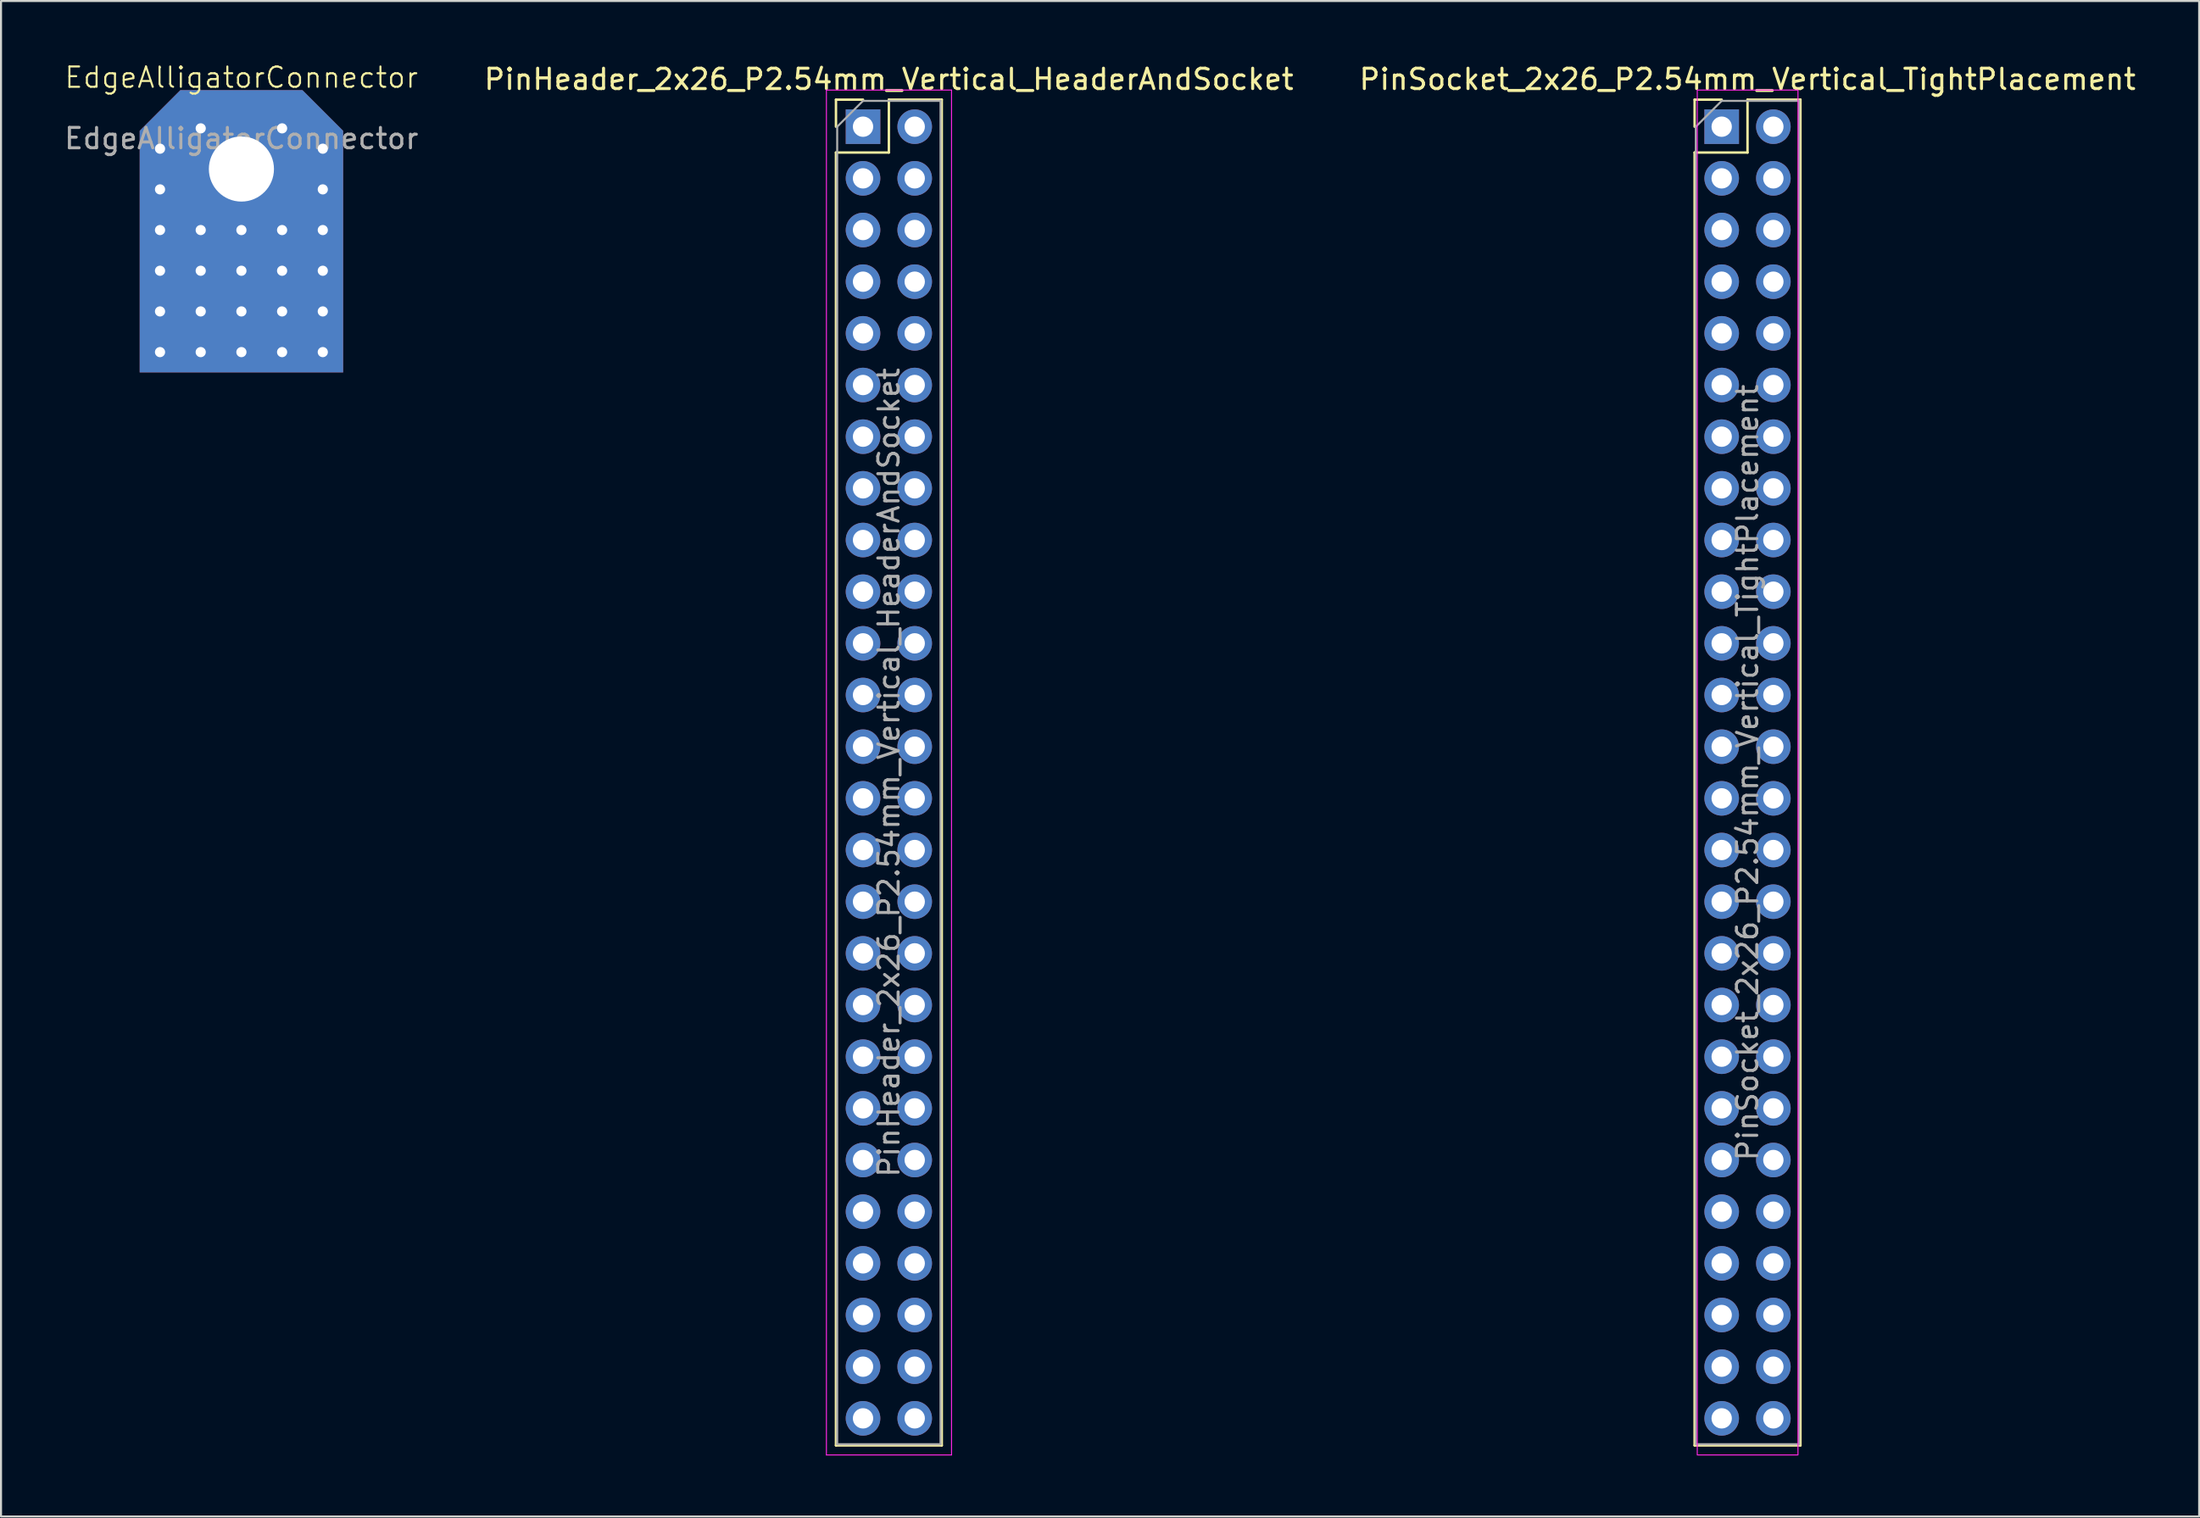
<source format=kicad_pcb>
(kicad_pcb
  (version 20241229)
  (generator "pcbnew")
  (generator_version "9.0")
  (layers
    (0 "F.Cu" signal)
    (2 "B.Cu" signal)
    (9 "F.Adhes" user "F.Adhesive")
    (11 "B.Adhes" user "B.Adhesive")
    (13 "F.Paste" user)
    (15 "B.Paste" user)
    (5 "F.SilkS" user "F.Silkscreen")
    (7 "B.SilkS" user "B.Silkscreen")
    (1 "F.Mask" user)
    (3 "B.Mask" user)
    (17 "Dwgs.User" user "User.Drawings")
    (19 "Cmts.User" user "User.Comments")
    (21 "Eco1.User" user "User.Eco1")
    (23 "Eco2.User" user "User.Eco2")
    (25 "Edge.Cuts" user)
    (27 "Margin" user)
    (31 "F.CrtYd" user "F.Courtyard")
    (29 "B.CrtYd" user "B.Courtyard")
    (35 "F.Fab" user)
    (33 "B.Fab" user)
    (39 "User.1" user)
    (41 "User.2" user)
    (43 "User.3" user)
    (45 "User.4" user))
  (footprint "PinSocket_2x26_P2.54mm_Vertical_TightPlacement"
    (layer "F.Cu")
    (at 81.569 3.178)
    (property "Reference" "PinSocket_2x26_P2.54mm_Vertical_TightPlacement" (at 1.27 -2.33 0) (layer "F.SilkS") (effects (font (size 1 1) (thickness 0.15))))
    (attr through_hole)
    (fp_line (start -1.33 -1.33) (end 0 -1.33) (stroke (width 0.12) (type solid)) (layer "F.SilkS"))
    (fp_line (start -1.33 0) (end -1.33 -1.33) (stroke (width 0.12) (type solid)) (layer "F.SilkS"))
    (fp_line (start -1.33 1.27) (end -1.33 64.83) (stroke (width 0.12) (type solid)) (layer "F.SilkS"))
    (fp_line (start -1.33 1.27) (end 1.27 1.27) (stroke (width 0.12) (type solid)) (layer "F.SilkS"))
    (fp_line (start -1.33 64.83) (end 3.87 64.83) (stroke (width 0.12) (type solid)) (layer "F.SilkS"))
    (fp_line (start 1.27 -1.33) (end 3.87 -1.33) (stroke (width 0.12) (type solid)) (layer "F.SilkS"))
    (fp_line (start 1.27 1.27) (end 1.27 -1.33) (stroke (width 0.12) (type solid)) (layer "F.SilkS"))
    (fp_line (start 3.87 -1.33) (end 3.87 64.83) (stroke (width 0.12) (type solid)) (layer "F.SilkS"))
    (fp_rect (start -1.2 -1.8) (end 3.75 65.3) (stroke (width 0.05) (type default)) (fill no) (layer "F.CrtYd"))
    (fp_line (start -1.27 0) (end 0 -1.27) (stroke (width 0.1) (type solid)) (layer "F.Fab"))
    (fp_line (start -1.27 64.77) (end -1.27 0) (stroke (width 0.1) (type solid)) (layer "F.Fab"))
    (fp_line (start 0 -1.27) (end 3.81 -1.27) (stroke (width 0.1) (type solid)) (layer "F.Fab"))
    (fp_line (start 3.81 -1.27) (end 3.81 64.77) (stroke (width 0.1) (type solid)) (layer "F.Fab"))
    (fp_line (start 3.81 64.77) (end -1.27 64.77) (stroke (width 0.1) (type solid)) (layer "F.Fab"))
    (fp_text user "${REFERENCE}" (at 1.27 31.75 90) (layer "F.Fab") (effects (font (size 1 1) (thickness 0.15))))
    (pad "1" thru_hole rect (at 0 0) (size 1.7 1.7) (drill 1) (layers "*.Cu" "*.Mask"))
    (pad "2" thru_hole oval (at 2.54 0) (size 1.7 1.7) (drill 1) (layers "*.Cu" "*.Mask"))
    (pad "3" thru_hole oval (at 0 2.54) (size 1.7 1.7) (drill 1) (layers "*.Cu" "*.Mask"))
    (pad "4" thru_hole oval (at 2.54 2.54) (size 1.7 1.7) (drill 1) (layers "*.Cu" "*.Mask"))
    (pad "5" thru_hole oval (at 0 5.08) (size 1.7 1.7) (drill 1) (layers "*.Cu" "*.Mask"))
    (pad "6" thru_hole oval (at 2.54 5.08) (size 1.7 1.7) (drill 1) (layers "*.Cu" "*.Mask"))
    (pad "7" thru_hole oval (at 0 7.62) (size 1.7 1.7) (drill 1) (layers "*.Cu" "*.Mask"))
    (pad "8" thru_hole oval (at 2.54 7.62) (size 1.7 1.7) (drill 1) (layers "*.Cu" "*.Mask"))
    (pad "9" thru_hole oval (at 0 10.16) (size 1.7 1.7) (drill 1) (layers "*.Cu" "*.Mask"))
    (pad "10" thru_hole oval (at 2.54 10.16) (size 1.7 1.7) (drill 1) (layers "*.Cu" "*.Mask"))
    (pad "11" thru_hole oval (at 0 12.7) (size 1.7 1.7) (drill 1) (layers "*.Cu" "*.Mask"))
    (pad "12" thru_hole oval (at 2.54 12.7) (size 1.7 1.7) (drill 1) (layers "*.Cu" "*.Mask"))
    (pad "13" thru_hole oval (at 0 15.24) (size 1.7 1.7) (drill 1) (layers "*.Cu" "*.Mask"))
    (pad "14" thru_hole oval (at 2.54 15.24) (size 1.7 1.7) (drill 1) (layers "*.Cu" "*.Mask"))
    (pad "15" thru_hole oval (at 0 17.78) (size 1.7 1.7) (drill 1) (layers "*.Cu" "*.Mask"))
    (pad "16" thru_hole oval (at 2.54 17.78) (size 1.7 1.7) (drill 1) (layers "*.Cu" "*.Mask"))
    (pad "17" thru_hole oval (at 0 20.32) (size 1.7 1.7) (drill 1) (layers "*.Cu" "*.Mask"))
    (pad "18" thru_hole oval (at 2.54 20.32) (size 1.7 1.7) (drill 1) (layers "*.Cu" "*.Mask"))
    (pad "19" thru_hole oval (at 0 22.86) (size 1.7 1.7) (drill 1) (layers "*.Cu" "*.Mask"))
    (pad "20" thru_hole oval (at 2.54 22.86) (size 1.7 1.7) (drill 1) (layers "*.Cu" "*.Mask"))
    (pad "21" thru_hole oval (at 0 25.4) (size 1.7 1.7) (drill 1) (layers "*.Cu" "*.Mask"))
    (pad "22" thru_hole oval (at 2.54 25.4) (size 1.7 1.7) (drill 1) (layers "*.Cu" "*.Mask"))
    (pad "23" thru_hole oval (at 0 27.94) (size 1.7 1.7) (drill 1) (layers "*.Cu" "*.Mask"))
    (pad "24" thru_hole oval (at 2.54 27.94) (size 1.7 1.7) (drill 1) (layers "*.Cu" "*.Mask"))
    (pad "25" thru_hole oval (at 0 30.48) (size 1.7 1.7) (drill 1) (layers "*.Cu" "*.Mask"))
    (pad "26" thru_hole oval (at 2.54 30.48) (size 1.7 1.7) (drill 1) (layers "*.Cu" "*.Mask"))
    (pad "27" thru_hole oval (at 0 33.02) (size 1.7 1.7) (drill 1) (layers "*.Cu" "*.Mask"))
    (pad "28" thru_hole oval (at 2.54 33.02) (size 1.7 1.7) (drill 1) (layers "*.Cu" "*.Mask"))
    (pad "29" thru_hole oval (at 0 35.56) (size 1.7 1.7) (drill 1) (layers "*.Cu" "*.Mask"))
    (pad "30" thru_hole oval (at 2.54 35.56) (size 1.7 1.7) (drill 1) (layers "*.Cu" "*.Mask"))
    (pad "31" thru_hole oval (at 0 38.1) (size 1.7 1.7) (drill 1) (layers "*.Cu" "*.Mask"))
    (pad "32" thru_hole oval (at 2.54 38.1) (size 1.7 1.7) (drill 1) (layers "*.Cu" "*.Mask"))
    (pad "33" thru_hole oval (at 0 40.64) (size 1.7 1.7) (drill 1) (layers "*.Cu" "*.Mask"))
    (pad "34" thru_hole oval (at 2.54 40.64) (size 1.7 1.7) (drill 1) (layers "*.Cu" "*.Mask"))
    (pad "35" thru_hole oval (at 0 43.18) (size 1.7 1.7) (drill 1) (layers "*.Cu" "*.Mask"))
    (pad "36" thru_hole oval (at 2.54 43.18) (size 1.7 1.7) (drill 1) (layers "*.Cu" "*.Mask"))
    (pad "37" thru_hole oval (at 0 45.72) (size 1.7 1.7) (drill 1) (layers "*.Cu" "*.Mask"))
    (pad "38" thru_hole oval (at 2.54 45.72) (size 1.7 1.7) (drill 1) (layers "*.Cu" "*.Mask"))
    (pad "39" thru_hole oval (at 0 48.26) (size 1.7 1.7) (drill 1) (layers "*.Cu" "*.Mask"))
    (pad "40" thru_hole oval (at 2.54 48.26) (size 1.7 1.7) (drill 1) (layers "*.Cu" "*.Mask"))
    (pad "41" thru_hole oval (at 0 50.8) (size 1.7 1.7) (drill 1) (layers "*.Cu" "*.Mask"))
    (pad "42" thru_hole oval (at 2.54 50.8) (size 1.7 1.7) (drill 1) (layers "*.Cu" "*.Mask"))
    (pad "43" thru_hole oval (at 0 53.34) (size 1.7 1.7) (drill 1) (layers "*.Cu" "*.Mask"))
    (pad "44" thru_hole oval (at 2.54 53.34) (size 1.7 1.7) (drill 1) (layers "*.Cu" "*.Mask"))
    (pad "45" thru_hole oval (at 0 55.88) (size 1.7 1.7) (drill 1) (layers "*.Cu" "*.Mask"))
    (pad "46" thru_hole oval (at 2.54 55.88) (size 1.7 1.7) (drill 1) (layers "*.Cu" "*.Mask"))
    (pad "47" thru_hole oval (at 0 58.42) (size 1.7 1.7) (drill 1) (layers "*.Cu" "*.Mask"))
    (pad "48" thru_hole oval (at 2.54 58.42) (size 1.7 1.7) (drill 1) (layers "*.Cu" "*.Mask"))
    (pad "49" thru_hole oval (at 0 60.96) (size 1.7 1.7) (drill 1) (layers "*.Cu" "*.Mask"))
    (pad "50" thru_hole oval (at 2.54 60.96) (size 1.7 1.7) (drill 1) (layers "*.Cu" "*.Mask"))
    (pad "51" thru_hole oval (at 0 63.5) (size 1.7 1.7) (drill 1) (layers "*.Cu" "*.Mask"))
    (pad "52" thru_hole oval (at 2.54 63.5) (size 1.7 1.7) (drill 1) (layers "*.Cu" "*.Mask")))
  (footprint "EdgeAlligatorConnector"
    (layer "F.Cu")
    (at 8.815 1.26)
    (property "Reference" "EdgeAlligatorConnector" (at 0 -0.5 0) (unlocked yes) (layer "F.SilkS") (effects (font (size 1 1) (thickness 0.1))))
    (attr through_hole)
    (fp_line (start -4 -1) (end -4 -1) (stroke (width 0.1) (type default)) (layer "F.SilkS"))
    (fp_text user "${REFERENCE}" (at 0 2.5 0) (unlocked yes) (layer "F.Fab") (effects (font (size 1 1) (thickness 0.15))))
    (pad "1" thru_hole circle (at -4 3) (size 1 1) (drill 0.5) (layers "*.Cu" "*.Mask"))
    (pad "1" thru_hole circle (at -4 5) (size 1 1) (drill 0.5) (layers "*.Cu" "*.Mask"))
    (pad "1" thru_hole circle (at -4 7) (size 1 1) (drill 0.5) (layers "*.Cu" "*.Mask"))
    (pad "1" thru_hole circle (at -4 9) (size 1 1) (drill 0.5) (layers "*.Cu" "*.Mask"))
    (pad "1" thru_hole circle (at -4 11) (size 1 1) (drill 0.5) (layers "*.Cu" "*.Mask"))
    (pad "1" thru_hole circle (at -4 13) (size 1 1) (drill 0.5) (layers "*.Cu" "*.Mask"))
    (pad "1" thru_hole circle (at -2 2) (size 1 1) (drill 0.5) (layers "*.Cu" "*.Mask"))
    (pad "1" thru_hole circle (at -2 7) (size 1 1) (drill 0.5) (layers "*.Cu" "*.Mask"))
    (pad "1" thru_hole circle (at -2 9) (size 1 1) (drill 0.5) (layers "*.Cu" "*.Mask"))
    (pad "1" thru_hole circle (at -2 11) (size 1 1) (drill 0.5) (layers "*.Cu" "*.Mask"))
    (pad "1" thru_hole circle (at -2 13) (size 1 1) (drill 0.5) (layers "*.Cu" "*.Mask"))
    (pad "1" thru_hole circle (at 0 4) (size 3.5 3.5) (drill 3.2) (layers "*.Cu" "*.Mask"))
    (pad "1" thru_hole circle (at 0 7) (size 1 1) (drill 0.5) (layers "*.Cu" "*.Mask"))
    (pad "1" smd roundrect (at 0 7.06) (size 10 13.88) (layers "F.Cu" "F.Mask") (roundrect_rratio 0) (chamfer_ratio 0.2) (chamfer top_left top_right))
    (pad "1" smd roundrect (at 0 7.06) (size 10 13.88) (layers "B.Cu" "B.Mask") (roundrect_rratio 0) (chamfer_ratio 0.2) (chamfer top_left top_right))
    (pad "1" thru_hole circle (at 0 9) (size 1 1) (drill 0.5) (layers "*.Cu" "*.Mask"))
    (pad "1" thru_hole circle (at 0 11) (size 1 1) (drill 0.5) (layers "*.Cu" "*.Mask"))
    (pad "1" thru_hole circle (at 0 13) (size 1 1) (drill 0.5) (layers "*.Cu" "*.Mask"))
    (pad "1" thru_hole circle (at 2 2) (size 1 1) (drill 0.5) (layers "*.Cu" "*.Mask"))
    (pad "1" thru_hole circle (at 2 7) (size 1 1) (drill 0.5) (layers "*.Cu" "*.Mask"))
    (pad "1" thru_hole circle (at 2 9) (size 1 1) (drill 0.5) (layers "*.Cu" "*.Mask"))
    (pad "1" thru_hole circle (at 2 11) (size 1 1) (drill 0.5) (layers "*.Cu" "*.Mask"))
    (pad "1" thru_hole circle (at 2 13) (size 1 1) (drill 0.5) (layers "*.Cu" "*.Mask"))
    (pad "1" thru_hole circle (at 4 3) (size 1 1) (drill 0.5) (layers "*.Cu" "*.Mask"))
    (pad "1" thru_hole circle (at 4 5) (size 1 1) (drill 0.5) (layers "*.Cu" "*.Mask"))
    (pad "1" thru_hole circle (at 4 7) (size 1 1) (drill 0.5) (layers "*.Cu" "*.Mask"))
    (pad "1" thru_hole circle (at 4 9) (size 1 1) (drill 0.5) (layers "*.Cu" "*.Mask"))
    (pad "1" thru_hole circle (at 4 11) (size 1 1) (drill 0.5) (layers "*.Cu" "*.Mask"))
    (pad "1" thru_hole circle (at 4 13) (size 1 1) (drill 0.5) (layers "*.Cu" "*.Mask")))
  (footprint "PinHeader_2x26_P2.54mm_Vertical_HeaderAndSocket"
    (layer "F.Cu")
    (at 39.367 3.178)
    (property "Reference" "PinHeader_2x26_P2.54mm_Vertical_HeaderAndSocket" (at 1.27 -2.33 0) (layer "F.SilkS") (effects (font (size 1 1) (thickness 0.15))))
    (attr through_hole)
    (fp_line (start -1.33 -1.33) (end 0 -1.33) (stroke (width 0.12) (type solid)) (layer "F.SilkS"))
    (fp_line (start -1.33 0) (end -1.33 -1.33) (stroke (width 0.12) (type solid)) (layer "F.SilkS"))
    (fp_line (start -1.33 1.27) (end -1.33 64.83) (stroke (width 0.12) (type solid)) (layer "F.SilkS"))
    (fp_line (start -1.33 1.27) (end 1.27 1.27) (stroke (width 0.12) (type solid)) (layer "F.SilkS"))
    (fp_line (start -1.33 64.83) (end 3.87 64.83) (stroke (width 0.12) (type solid)) (layer "F.SilkS"))
    (fp_line (start 1.27 -1.33) (end 3.87 -1.33) (stroke (width 0.12) (type solid)) (layer "F.SilkS"))
    (fp_line (start 1.27 1.27) (end 1.27 -1.33) (stroke (width 0.12) (type solid)) (layer "F.SilkS"))
    (fp_line (start 3.87 -1.33) (end 3.87 64.83) (stroke (width 0.12) (type solid)) (layer "F.SilkS"))
    (fp_line (start -1.8 -1.8) (end -1.8 65.3) (stroke (width 0.05) (type solid)) (layer "F.CrtYd"))
    (fp_line (start -1.8 65.3) (end 4.35 65.3) (stroke (width 0.05) (type solid)) (layer "F.CrtYd"))
    (fp_line (start 4.35 -1.8) (end -1.8 -1.8) (stroke (width 0.05) (type solid)) (layer "F.CrtYd"))
    (fp_line (start 4.35 65.3) (end 4.35 -1.8) (stroke (width 0.05) (type solid)) (layer "F.CrtYd"))
    (fp_line (start -1.27 0) (end 0 -1.27) (stroke (width 0.1) (type solid)) (layer "F.Fab"))
    (fp_line (start -1.27 64.77) (end -1.27 0) (stroke (width 0.1) (type solid)) (layer "F.Fab"))
    (fp_line (start 0 -1.27) (end 3.81 -1.27) (stroke (width 0.1) (type solid)) (layer "F.Fab"))
    (fp_line (start 3.81 -1.27) (end 3.81 64.77) (stroke (width 0.1) (type solid)) (layer "F.Fab"))
    (fp_line (start 3.81 64.77) (end -1.27 64.77) (stroke (width 0.1) (type solid)) (layer "F.Fab"))
    (fp_text user "${REFERENCE}" (at 1.27 31.75 90) (layer "F.Fab") (effects (font (size 1 1) (thickness 0.15))))
    (pad "1" thru_hole rect (at 0 0) (size 1.7 1.7) (drill 1) (layers "*.Cu" "*.Mask"))
    (pad "2" thru_hole oval (at 2.54 0) (size 1.7 1.7) (drill 1) (layers "*.Cu" "*.Mask"))
    (pad "3" thru_hole oval (at 0 2.54) (size 1.7 1.7) (drill 1) (layers "*.Cu" "*.Mask"))
    (pad "4" thru_hole oval (at 2.54 2.54) (size 1.7 1.7) (drill 1) (layers "*.Cu" "*.Mask"))
    (pad "5" thru_hole oval (at 0 5.08) (size 1.7 1.7) (drill 1) (layers "*.Cu" "*.Mask"))
    (pad "6" thru_hole oval (at 2.54 5.08) (size 1.7 1.7) (drill 1) (layers "*.Cu" "*.Mask"))
    (pad "7" thru_hole oval (at 0 7.62) (size 1.7 1.7) (drill 1) (layers "*.Cu" "*.Mask"))
    (pad "8" thru_hole oval (at 2.54 7.62) (size 1.7 1.7) (drill 1) (layers "*.Cu" "*.Mask"))
    (pad "9" thru_hole oval (at 0 10.16) (size 1.7 1.7) (drill 1) (layers "*.Cu" "*.Mask"))
    (pad "10" thru_hole oval (at 2.54 10.16) (size 1.7 1.7) (drill 1) (layers "*.Cu" "*.Mask"))
    (pad "11" thru_hole oval (at 0 12.7) (size 1.7 1.7) (drill 1) (layers "*.Cu" "*.Mask"))
    (pad "12" thru_hole oval (at 2.54 12.7) (size 1.7 1.7) (drill 1) (layers "*.Cu" "*.Mask"))
    (pad "13" thru_hole oval (at 0 15.24) (size 1.7 1.7) (drill 1) (layers "*.Cu" "*.Mask"))
    (pad "14" thru_hole oval (at 2.54 15.24) (size 1.7 1.7) (drill 1) (layers "*.Cu" "*.Mask"))
    (pad "15" thru_hole oval (at 0 17.78) (size 1.7 1.7) (drill 1) (layers "*.Cu" "*.Mask"))
    (pad "16" thru_hole oval (at 2.54 17.78) (size 1.7 1.7) (drill 1) (layers "*.Cu" "*.Mask"))
    (pad "17" thru_hole oval (at 0 20.32) (size 1.7 1.7) (drill 1) (layers "*.Cu" "*.Mask"))
    (pad "18" thru_hole oval (at 2.54 20.32) (size 1.7 1.7) (drill 1) (layers "*.Cu" "*.Mask"))
    (pad "19" thru_hole oval (at 0 22.86) (size 1.7 1.7) (drill 1) (layers "*.Cu" "*.Mask"))
    (pad "20" thru_hole oval (at 2.54 22.86) (size 1.7 1.7) (drill 1) (layers "*.Cu" "*.Mask"))
    (pad "21" thru_hole oval (at 0 25.4) (size 1.7 1.7) (drill 1) (layers "*.Cu" "*.Mask"))
    (pad "22" thru_hole oval (at 2.54 25.4) (size 1.7 1.7) (drill 1) (layers "*.Cu" "*.Mask"))
    (pad "23" thru_hole oval (at 0 27.94) (size 1.7 1.7) (drill 1) (layers "*.Cu" "*.Mask"))
    (pad "24" thru_hole oval (at 2.54 27.94) (size 1.7 1.7) (drill 1) (layers "*.Cu" "*.Mask"))
    (pad "25" thru_hole oval (at 0 30.48) (size 1.7 1.7) (drill 1) (layers "*.Cu" "*.Mask"))
    (pad "26" thru_hole oval (at 2.54 30.48) (size 1.7 1.7) (drill 1) (layers "*.Cu" "*.Mask"))
    (pad "27" thru_hole oval (at 0 33.02) (size 1.7 1.7) (drill 1) (layers "*.Cu" "*.Mask"))
    (pad "28" thru_hole oval (at 2.54 33.02) (size 1.7 1.7) (drill 1) (layers "*.Cu" "*.Mask"))
    (pad "29" thru_hole oval (at 0 35.56) (size 1.7 1.7) (drill 1) (layers "*.Cu" "*.Mask"))
    (pad "30" thru_hole oval (at 2.54 35.56) (size 1.7 1.7) (drill 1) (layers "*.Cu" "*.Mask"))
    (pad "31" thru_hole oval (at 0 38.1) (size 1.7 1.7) (drill 1) (layers "*.Cu" "*.Mask"))
    (pad "32" thru_hole oval (at 2.54 38.1) (size 1.7 1.7) (drill 1) (layers "*.Cu" "*.Mask"))
    (pad "33" thru_hole oval (at 0 40.64) (size 1.7 1.7) (drill 1) (layers "*.Cu" "*.Mask"))
    (pad "34" thru_hole oval (at 2.54 40.64) (size 1.7 1.7) (drill 1) (layers "*.Cu" "*.Mask"))
    (pad "35" thru_hole oval (at 0 43.18) (size 1.7 1.7) (drill 1) (layers "*.Cu" "*.Mask"))
    (pad "36" thru_hole oval (at 2.54 43.18) (size 1.7 1.7) (drill 1) (layers "*.Cu" "*.Mask"))
    (pad "37" thru_hole oval (at 0 45.72) (size 1.7 1.7) (drill 1) (layers "*.Cu" "*.Mask"))
    (pad "38" thru_hole oval (at 2.54 45.72) (size 1.7 1.7) (drill 1) (layers "*.Cu" "*.Mask"))
    (pad "39" thru_hole oval (at 0 48.26) (size 1.7 1.7) (drill 1) (layers "*.Cu" "*.Mask"))
    (pad "40" thru_hole oval (at 2.54 48.26) (size 1.7 1.7) (drill 1) (layers "*.Cu" "*.Mask"))
    (pad "41" thru_hole oval (at 0 50.8) (size 1.7 1.7) (drill 1) (layers "*.Cu" "*.Mask"))
    (pad "42" thru_hole oval (at 2.54 50.8) (size 1.7 1.7) (drill 1) (layers "*.Cu" "*.Mask"))
    (pad "43" thru_hole oval (at 0 53.34) (size 1.7 1.7) (drill 1) (layers "*.Cu" "*.Mask"))
    (pad "44" thru_hole oval (at 2.54 53.34) (size 1.7 1.7) (drill 1) (layers "*.Cu" "*.Mask"))
    (pad "45" thru_hole oval (at 0 55.88) (size 1.7 1.7) (drill 1) (layers "*.Cu" "*.Mask"))
    (pad "46" thru_hole oval (at 2.54 55.88) (size 1.7 1.7) (drill 1) (layers "*.Cu" "*.Mask"))
    (pad "47" thru_hole oval (at 0 58.42) (size 1.7 1.7) (drill 1) (layers "*.Cu" "*.Mask"))
    (pad "48" thru_hole oval (at 2.54 58.42) (size 1.7 1.7) (drill 1) (layers "*.Cu" "*.Mask"))
    (pad "49" thru_hole oval (at 0 60.96) (size 1.7 1.7) (drill 1) (layers "*.Cu" "*.Mask"))
    (pad "50" thru_hole oval (at 2.54 60.96) (size 1.7 1.7) (drill 1) (layers "*.Cu" "*.Mask"))
    (pad "51" thru_hole oval (at 0 63.5) (size 1.7 1.7) (drill 1) (layers "*.Cu" "*.Mask"))
    (pad "52" thru_hole oval (at 2.54 63.5) (size 1.7 1.7) (drill 1) (layers "*.Cu" "*.Mask")))
  (gr_rect
    (start -3 -3)
    (end 105.036 71.503)
    (stroke (width 0.1) (type default))
    (fill no)
    (layer "Edge.Cuts")))
</source>
